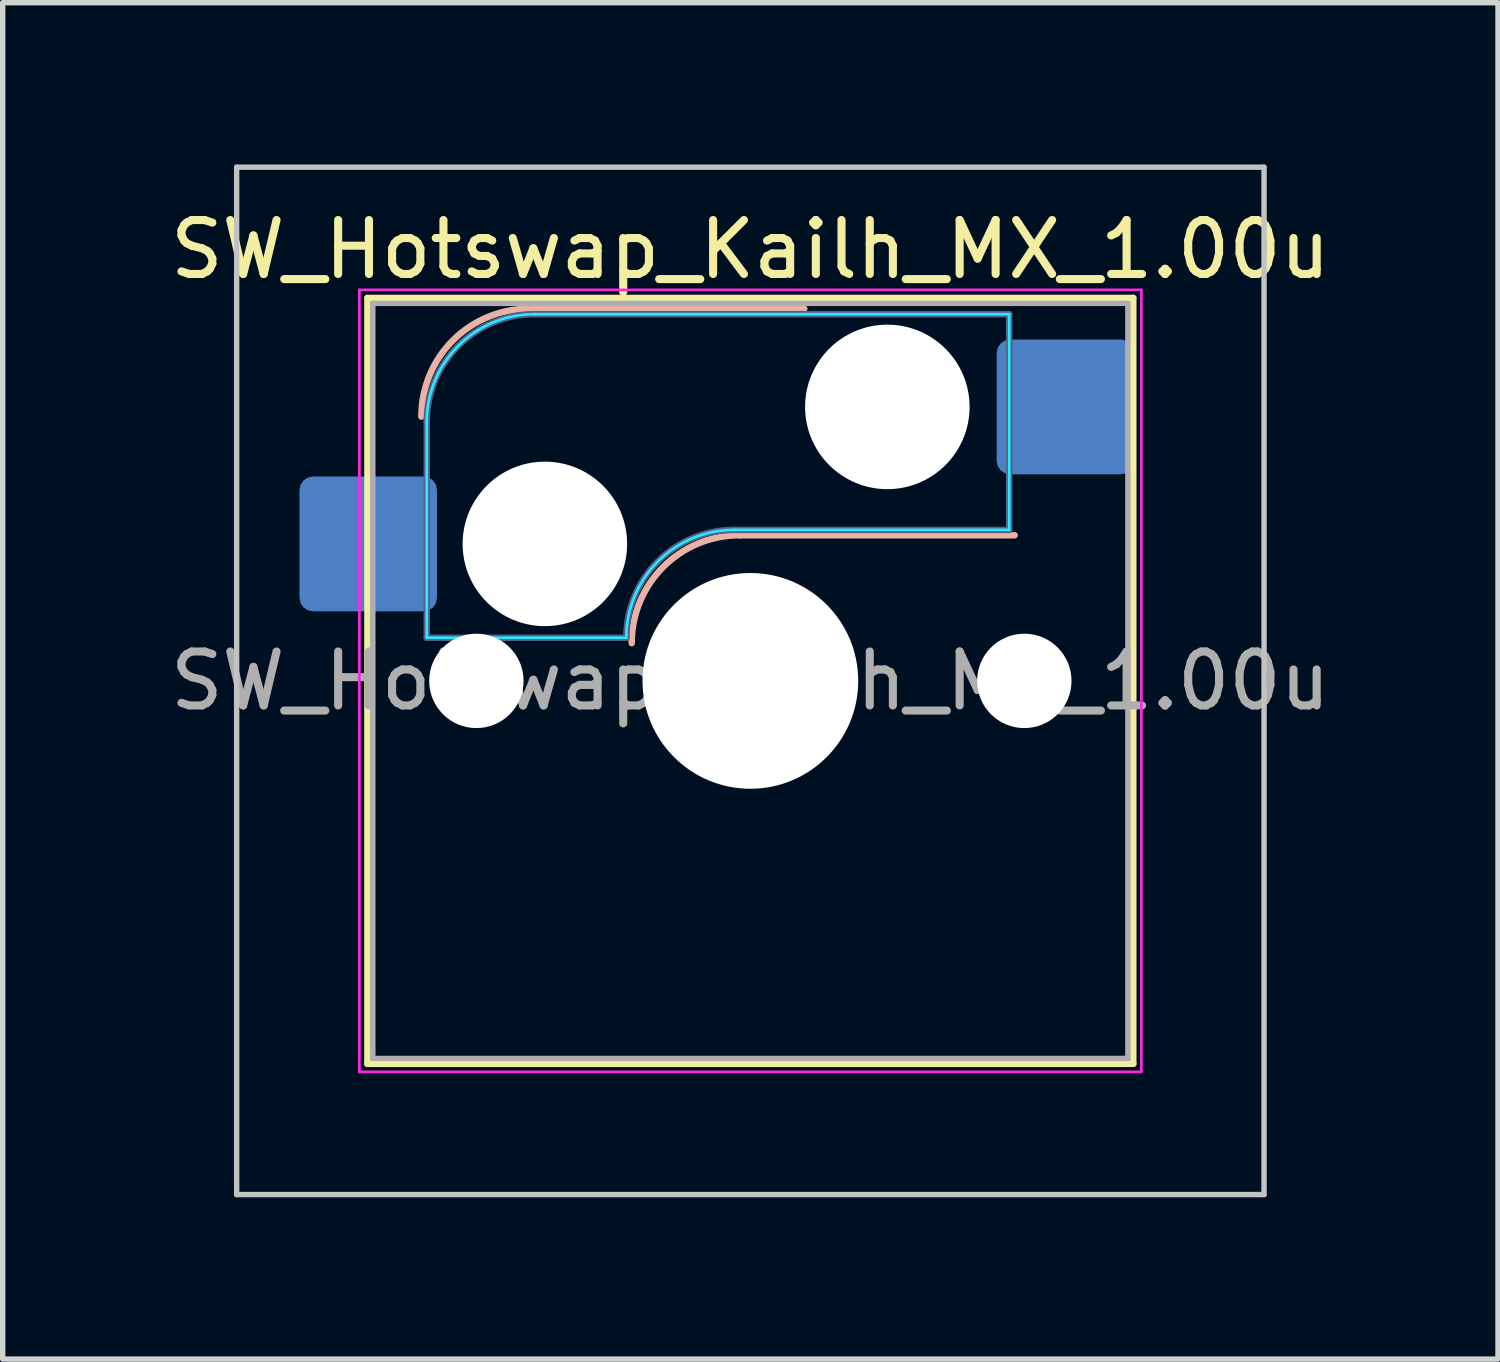
<source format=kicad_pcb>
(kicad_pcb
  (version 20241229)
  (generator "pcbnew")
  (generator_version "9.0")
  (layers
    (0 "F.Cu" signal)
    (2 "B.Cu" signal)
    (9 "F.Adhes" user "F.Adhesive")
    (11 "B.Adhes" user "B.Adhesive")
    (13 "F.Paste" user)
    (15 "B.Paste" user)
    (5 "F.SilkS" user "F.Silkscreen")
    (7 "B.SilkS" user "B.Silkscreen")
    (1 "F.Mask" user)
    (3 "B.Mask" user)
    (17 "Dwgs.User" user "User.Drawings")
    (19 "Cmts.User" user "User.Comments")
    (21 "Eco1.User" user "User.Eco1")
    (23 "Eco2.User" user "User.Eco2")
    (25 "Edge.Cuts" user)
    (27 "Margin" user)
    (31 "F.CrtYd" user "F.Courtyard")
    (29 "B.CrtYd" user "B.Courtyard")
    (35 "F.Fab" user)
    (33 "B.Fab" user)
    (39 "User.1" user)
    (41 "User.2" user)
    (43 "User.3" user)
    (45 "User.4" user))
  (footprint "SW_Hotswap_Kailh_MX_1.00u"
    (layer "F.Cu")
    (at 10.863 9.575)
    (property "Reference" "SW_Hotswap_Kailh_MX_1.00u" (at 0 -8 0) (layer "F.SilkS") (effects (font (size 1 1) (thickness 0.15))))
    (attr smd)
    (fp_line (start -7.1 -7.1) (end -7.1 7.1) (stroke (width 0.12) (type solid)) (layer "F.SilkS"))
    (fp_line (start -7.1 7.1) (end 7.1 7.1) (stroke (width 0.12) (type solid)) (layer "F.SilkS"))
    (fp_line (start 7.1 -7.1) (end -7.1 -7.1) (stroke (width 0.12) (type solid)) (layer "F.SilkS"))
    (fp_line (start 7.1 7.1) (end 7.1 -7.1) (stroke (width 0.12) (type solid)) (layer "F.SilkS"))
    (fp_line (start -4.1 -6.9) (end 1 -6.9) (stroke (width 0.12) (type solid)) (layer "B.SilkS"))
    (fp_line (start -0.2 -2.7) (end 4.9 -2.7) (stroke (width 0.12) (type solid)) (layer "B.SilkS"))
    (fp_arc (start -6.1 -4.9) (mid -5.514214 -6.314214) (end -4.1 -6.9) (stroke (width 0.12) (type solid)) (layer "B.SilkS"))
    (fp_arc (start -2.2 -0.7) (mid -1.614214 -2.114214) (end -0.2 -2.7) (stroke (width 0.12) (type solid)) (layer "B.SilkS"))
    (fp_line (start -9.525 -9.525) (end -9.525 9.525) (stroke (width 0.1) (type solid)) (layer "Dwgs.User"))
    (fp_line (start -9.525 9.525) (end 9.525 9.525) (stroke (width 0.1) (type solid)) (layer "Dwgs.User"))
    (fp_line (start 9.525 -9.525) (end -9.525 -9.525) (stroke (width 0.1) (type solid)) (layer "Dwgs.User"))
    (fp_line (start 9.525 9.525) (end 9.525 -9.525) (stroke (width 0.1) (type solid)) (layer "Dwgs.User"))
    (fp_line (start -7.8 -6) (end -7 -6) (stroke (width 0.1) (type solid)) (layer "Eco1.User"))
    (fp_line (start -7.8 -2.9) (end -7.8 -6) (stroke (width 0.1) (type solid)) (layer "Eco1.User"))
    (fp_line (start -7.8 2.9) (end -7 2.9) (stroke (width 0.1) (type solid)) (layer "Eco1.User"))
    (fp_line (start -7.8 6) (end -7.8 2.9) (stroke (width 0.1) (type solid)) (layer "Eco1.User"))
    (fp_line (start -7 -7) (end 7 -7) (stroke (width 0.1) (type solid)) (layer "Eco1.User"))
    (fp_line (start -7 -6) (end -7 -7) (stroke (width 0.1) (type solid)) (layer "Eco1.User"))
    (fp_line (start -7 -2.9) (end -7.8 -2.9) (stroke (width 0.1) (type solid)) (layer "Eco1.User"))
    (fp_line (start -7 2.9) (end -7 -2.9) (stroke (width 0.1) (type solid)) (layer "Eco1.User"))
    (fp_line (start -7 6) (end -7.8 6) (stroke (width 0.1) (type solid)) (layer "Eco1.User"))
    (fp_line (start -7 7) (end -7 6) (stroke (width 0.1) (type solid)) (layer "Eco1.User"))
    (fp_line (start 7 -7) (end 7 -6) (stroke (width 0.1) (type solid)) (layer "Eco1.User"))
    (fp_line (start 7 -6) (end 7.8 -6) (stroke (width 0.1) (type solid)) (layer "Eco1.User"))
    (fp_line (start 7 -2.9) (end 7 2.9) (stroke (width 0.1) (type solid)) (layer "Eco1.User"))
    (fp_line (start 7 2.9) (end 7.8 2.9) (stroke (width 0.1) (type solid)) (layer "Eco1.User"))
    (fp_line (start 7 6) (end 7 7) (stroke (width 0.1) (type solid)) (layer "Eco1.User"))
    (fp_line (start 7 7) (end -7 7) (stroke (width 0.1) (type solid)) (layer "Eco1.User"))
    (fp_line (start 7.8 -6) (end 7.8 -2.9) (stroke (width 0.1) (type solid)) (layer "Eco1.User"))
    (fp_line (start 7.8 -2.9) (end 7 -2.9) (stroke (width 0.1) (type solid)) (layer "Eco1.User"))
    (fp_line (start 7.8 2.9) (end 7.8 6) (stroke (width 0.1) (type solid)) (layer "Eco1.User"))
    (fp_line (start 7.8 6) (end 7 6) (stroke (width 0.1) (type solid)) (layer "Eco1.User"))
    (fp_line (start -6 -0.8) (end -6 -4.8) (stroke (width 0.05) (type solid)) (layer "B.CrtYd"))
    (fp_line (start -6 -0.8) (end -2.3 -0.8) (stroke (width 0.05) (type solid)) (layer "B.CrtYd"))
    (fp_line (start -4 -6.8) (end 4.8 -6.8) (stroke (width 0.05) (type solid)) (layer "B.CrtYd"))
    (fp_line (start -0.3 -2.8) (end 4.8 -2.8) (stroke (width 0.05) (type solid)) (layer "B.CrtYd"))
    (fp_line (start 4.8 -6.8) (end 4.8 -2.8) (stroke (width 0.05) (type solid)) (layer "B.CrtYd"))
    (fp_arc (start -6 -4.8) (mid -5.414214 -6.214214) (end -4 -6.8) (stroke (width 0.05) (type solid)) (layer "B.CrtYd"))
    (fp_arc (start -2.3 -0.8) (mid -1.714214 -2.214214) (end -0.3 -2.8) (stroke (width 0.05) (type solid)) (layer "B.CrtYd"))
    (fp_line (start -7.25 -7.25) (end -7.25 7.25) (stroke (width 0.05) (type solid)) (layer "F.CrtYd"))
    (fp_line (start -7.25 7.25) (end 7.25 7.25) (stroke (width 0.05) (type solid)) (layer "F.CrtYd"))
    (fp_line (start 7.25 -7.25) (end -7.25 -7.25) (stroke (width 0.05) (type solid)) (layer "F.CrtYd"))
    (fp_line (start 7.25 7.25) (end 7.25 -7.25) (stroke (width 0.05) (type solid)) (layer "F.CrtYd"))
    (fp_line (start -6 -0.8) (end -6 -4.8) (stroke (width 0.12) (type solid)) (layer "B.Fab"))
    (fp_line (start -6 -0.8) (end -2.3 -0.8) (stroke (width 0.12) (type solid)) (layer "B.Fab"))
    (fp_line (start -4 -6.8) (end 4.8 -6.8) (stroke (width 0.12) (type solid)) (layer "B.Fab"))
    (fp_line (start -0.3 -2.8) (end 4.8 -2.8) (stroke (width 0.12) (type solid)) (layer "B.Fab"))
    (fp_line (start 4.8 -6.8) (end 4.8 -2.8) (stroke (width 0.12) (type solid)) (layer "B.Fab"))
    (fp_arc (start -6 -4.8) (mid -5.414214 -6.214214) (end -4 -6.8) (stroke (width 0.12) (type solid)) (layer "B.Fab"))
    (fp_arc (start -2.3 -0.8) (mid -1.714214 -2.214214) (end -0.3 -2.8) (stroke (width 0.12) (type solid)) (layer "B.Fab"))
    (fp_line (start -7 -7) (end -7 7) (stroke (width 0.1) (type solid)) (layer "F.Fab"))
    (fp_line (start -7 7) (end 7 7) (stroke (width 0.1) (type solid)) (layer "F.Fab"))
    (fp_line (start 7 -7) (end -7 -7) (stroke (width 0.1) (type solid)) (layer "F.Fab"))
    (fp_line (start 7 7) (end 7 -7) (stroke (width 0.1) (type solid)) (layer "F.Fab"))
    (fp_text user "${REFERENCE}" (at 0 0 0) (layer "F.Fab") (effects (font (size 1 1) (thickness 0.15))))
    (pad "" np_thru_hole circle (at -5.08 0) (size 1.75 1.75) (drill 1.75) (layers "*.Cu" "*.Mask"))
    (pad "" np_thru_hole circle (at -3.81 -2.54) (size 3.05 3.05) (drill 3.05) (layers "*.Cu" "*.Mask"))
    (pad "" np_thru_hole circle (at 0 0) (size 4 4) (drill 4) (layers "*.Cu" "*.Mask"))
    (pad "" np_thru_hole circle (at 2.54 -5.08) (size 3.05 3.05) (drill 3.05) (layers "*.Cu" "*.Mask"))
    (pad "" np_thru_hole circle (at 5.08 0) (size 1.75 1.75) (drill 1.75) (layers "*.Cu" "*.Mask"))
    (pad "1" smd roundrect (at -7.085 -2.54) (size 2.55 2.5) (layers "B.Cu" "B.Mask" "B.Paste") (roundrect_rratio 0.1))
    (pad "2" smd roundrect (at 5.842 -5.08) (size 2.55 2.5) (layers "B.Cu" "B.Mask" "B.Paste") (roundrect_rratio 0.1)))
  (gr_rect
    (start -3 -3)
    (end 24.726 22.15)
    (stroke (width 0.1) (type default))
    (fill no)
    (layer "Edge.Cuts")))
</source>
